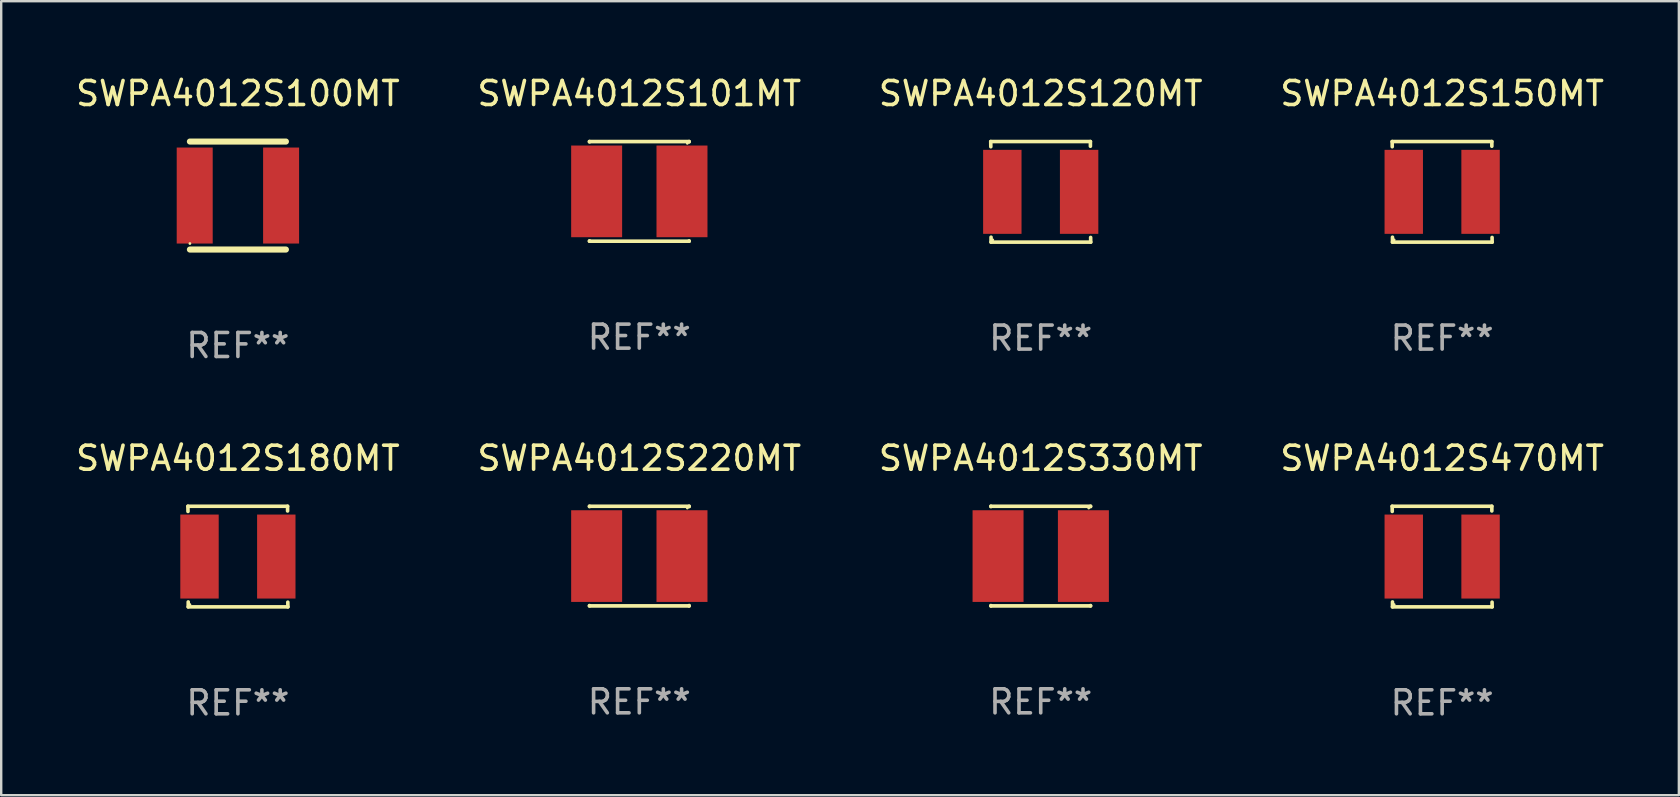
<source format=kicad_pcb>
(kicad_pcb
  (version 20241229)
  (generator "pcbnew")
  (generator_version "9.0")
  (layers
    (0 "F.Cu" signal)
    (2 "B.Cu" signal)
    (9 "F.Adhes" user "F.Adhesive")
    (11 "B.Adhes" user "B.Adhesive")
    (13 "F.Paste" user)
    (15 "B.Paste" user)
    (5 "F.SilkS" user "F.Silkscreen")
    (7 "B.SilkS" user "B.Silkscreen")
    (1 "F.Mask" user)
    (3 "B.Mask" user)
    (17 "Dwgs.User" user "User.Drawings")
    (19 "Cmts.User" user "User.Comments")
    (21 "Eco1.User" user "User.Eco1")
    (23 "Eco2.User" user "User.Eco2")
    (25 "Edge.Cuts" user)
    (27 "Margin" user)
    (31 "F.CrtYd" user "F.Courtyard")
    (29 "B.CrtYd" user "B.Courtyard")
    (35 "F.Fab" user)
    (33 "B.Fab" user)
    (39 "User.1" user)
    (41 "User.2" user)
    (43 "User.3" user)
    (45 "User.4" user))
  (footprint "SWPA4012S330MT"
    (layer "F.Cu")
    (at 40.315 20.121)
    (property "Reference" "SWPA4012S330MT" (at 0 -4.076 0) (layer "F.SilkS") (effects (font (size 1 1) (thickness 0.15))))
    (attr through_hole)
    (fp_line (start -2.076 -2.076) (end 2.076 -2.076) (stroke (width 0.152) (type solid)) (layer "F.SilkS"))
    (fp_line (start -2.076 -2.062) (end -2.076 -2.076) (stroke (width 0.152) (type solid)) (layer "F.SilkS"))
    (fp_line (start -2.076 2.062) (end -2.076 2.076) (stroke (width 0.152) (type solid)) (layer "F.SilkS"))
    (fp_line (start -2.076 2.076) (end 2.076 2.076) (stroke (width 0.152) (type solid)) (layer "F.SilkS"))
    (fp_line (start 2.076 -2.076) (end 2.076 -2.062) (stroke (width 0.152) (type solid)) (layer "F.SilkS"))
    (fp_line (start 2.076 2.076) (end 2.076 2.062) (stroke (width 0.152) (type solid)) (layer "F.SilkS"))
    (fp_circle (center 2 -2) (end 2.03 -2) (stroke (width 0.06) (type solid)) (fill no) (layer "F.SilkS"))
    (fp_text user "REF**" (at 0 6.076 0) (layer "F.Fab") (effects (font (size 1 1) (thickness 0.15))))
    (pad "1" smd rect (at 1.778 0) (size 2.124 3.82) (layers "F.Cu" "F.Mask" "F.Paste"))
    (pad "2" smd rect (at -1.778 0) (size 2.124 3.82) (layers "F.Cu" "F.Mask" "F.Paste")))
  (footprint "SWPA4012S150MT"
    (layer "F.Cu")
    (at 57.042 4.944)
    (property "Reference" "SWPA4012S150MT" (at 0 -4.096 0) (layer "F.SilkS") (effects (font (size 1 1) (thickness 0.15))))
    (attr through_hole)
    (fp_line (start -2.083 -2.096) (end -2.08 -1.88) (stroke (width 0.15) (type solid)) (layer "F.SilkS"))
    (fp_line (start -2.07 1.89) (end -2.07 2.096) (stroke (width 0.15) (type solid)) (layer "F.SilkS"))
    (fp_line (start -2.07 2.096) (end 2.083 2.096) (stroke (width 0.15) (type solid)) (layer "F.SilkS"))
    (fp_line (start 2.07 -1.9) (end 2.07 -2.096) (stroke (width 0.15) (type solid)) (layer "F.SilkS"))
    (fp_line (start 2.07 -2.096) (end -2.083 -2.096) (stroke (width 0.15) (type solid)) (layer "F.SilkS"))
    (fp_line (start 2.083 2.096) (end 2.08 1.9) (stroke (width 0.15) (type solid)) (layer "F.SilkS"))
    (fp_circle (center -2 2) (end -1.97 2) (stroke (width 0.06) (type solid)) (fill no) (layer "F.SilkS"))
    (fp_text user "REF**" (at 0 6.096 0) (layer "F.Fab") (effects (font (size 1 1) (thickness 0.15))))
    (pad "1" smd rect (at -1.6 -0.000343) (size 1.6 3.5) (layers "F.Cu" "F.Mask" "F.Paste"))
    (pad "2" smd rect (at 1.6 -0.000343) (size 1.6 3.5) (layers "F.Cu" "F.Mask" "F.Paste")))
  (footprint "SWPA4012S120MT"
    (layer "F.Cu")
    (at 40.315 4.944)
    (property "Reference" "SWPA4012S120MT" (at 0 -4.096 0) (layer "F.SilkS") (effects (font (size 1 1) (thickness 0.15))))
    (attr through_hole)
    (fp_line (start -2.083 -2.096) (end -2.08 -1.88) (stroke (width 0.15) (type solid)) (layer "F.SilkS"))
    (fp_line (start -2.07 1.89) (end -2.07 2.096) (stroke (width 0.15) (type solid)) (layer "F.SilkS"))
    (fp_line (start -2.07 2.096) (end 2.083 2.096) (stroke (width 0.15) (type solid)) (layer "F.SilkS"))
    (fp_line (start 2.07 -1.9) (end 2.07 -2.096) (stroke (width 0.15) (type solid)) (layer "F.SilkS"))
    (fp_line (start 2.07 -2.096) (end -2.083 -2.096) (stroke (width 0.15) (type solid)) (layer "F.SilkS"))
    (fp_line (start 2.083 2.096) (end 2.08 1.9) (stroke (width 0.15) (type solid)) (layer "F.SilkS"))
    (fp_circle (center -2 2) (end -1.97 2) (stroke (width 0.06) (type solid)) (fill no) (layer "F.SilkS"))
    (fp_text user "REF**" (at 0 6.096 0) (layer "F.Fab") (effects (font (size 1 1) (thickness 0.15))))
    (pad "1" smd rect (at -1.6 -0.000343) (size 1.6 3.5) (layers "F.Cu" "F.Mask" "F.Paste"))
    (pad "2" smd rect (at 1.6 -0.000343) (size 1.6 3.5) (layers "F.Cu" "F.Mask" "F.Paste")))
  (footprint "SWPA4012S220MT"
    (layer "F.Cu")
    (at 23.589 20.121)
    (property "Reference" "SWPA4012S220MT" (at 0 -4.076 0) (layer "F.SilkS") (effects (font (size 1 1) (thickness 0.15))))
    (attr through_hole)
    (fp_line (start -2.076 -2.076) (end 2.076 -2.076) (stroke (width 0.152) (type solid)) (layer "F.SilkS"))
    (fp_line (start -2.076 -2.062) (end -2.076 -2.076) (stroke (width 0.152) (type solid)) (layer "F.SilkS"))
    (fp_line (start -2.076 2.062) (end -2.076 2.076) (stroke (width 0.152) (type solid)) (layer "F.SilkS"))
    (fp_line (start -2.076 2.076) (end 2.076 2.076) (stroke (width 0.152) (type solid)) (layer "F.SilkS"))
    (fp_line (start 2.076 -2.076) (end 2.076 -2.062) (stroke (width 0.152) (type solid)) (layer "F.SilkS"))
    (fp_line (start 2.076 2.076) (end 2.076 2.062) (stroke (width 0.152) (type solid)) (layer "F.SilkS"))
    (fp_circle (center 2 -2) (end 2.03 -2) (stroke (width 0.06) (type solid)) (fill no) (layer "F.SilkS"))
    (fp_text user "REF**" (at 0 6.076 0) (layer "F.Fab") (effects (font (size 1 1) (thickness 0.15))))
    (pad "1" smd rect (at 1.778 0) (size 2.124 3.82) (layers "F.Cu" "F.Mask" "F.Paste"))
    (pad "2" smd rect (at -1.778 0) (size 2.124 3.82) (layers "F.Cu" "F.Mask" "F.Paste")))
  (footprint "SWPA4012S180MT"
    (layer "F.Cu")
    (at 6.863 20.141)
    (property "Reference" "SWPA4012S180MT" (at 0 -4.096 0) (layer "F.SilkS") (effects (font (size 1 1) (thickness 0.15))))
    (attr through_hole)
    (fp_line (start -2.083 -2.096) (end -2.08 -1.88) (stroke (width 0.15) (type solid)) (layer "F.SilkS"))
    (fp_line (start -2.07 1.89) (end -2.07 2.096) (stroke (width 0.15) (type solid)) (layer "F.SilkS"))
    (fp_line (start -2.07 2.096) (end 2.083 2.096) (stroke (width 0.15) (type solid)) (layer "F.SilkS"))
    (fp_line (start 2.07 -1.9) (end 2.07 -2.096) (stroke (width 0.15) (type solid)) (layer "F.SilkS"))
    (fp_line (start 2.07 -2.096) (end -2.083 -2.096) (stroke (width 0.15) (type solid)) (layer "F.SilkS"))
    (fp_line (start 2.083 2.096) (end 2.08 1.9) (stroke (width 0.15) (type solid)) (layer "F.SilkS"))
    (fp_circle (center -2 2) (end -1.97 2) (stroke (width 0.06) (type solid)) (fill no) (layer "F.SilkS"))
    (fp_text user "REF**" (at 0 6.096 0) (layer "F.Fab") (effects (font (size 1 1) (thickness 0.15))))
    (pad "1" smd rect (at -1.6 -0.000343) (size 1.6 3.5) (layers "F.Cu" "F.Mask" "F.Paste"))
    (pad "2" smd rect (at 1.6 -0.000343) (size 1.6 3.5) (layers "F.Cu" "F.Mask" "F.Paste")))
  (footprint "SWPA4012S470MT"
    (layer "F.Cu")
    (at 57.042 20.141)
    (property "Reference" "SWPA4012S470MT" (at 0 -4.096 0) (layer "F.SilkS") (effects (font (size 1 1) (thickness 0.15))))
    (attr through_hole)
    (fp_line (start -2.083 -2.096) (end -2.08 -1.88) (stroke (width 0.15) (type solid)) (layer "F.SilkS"))
    (fp_line (start -2.07 1.89) (end -2.07 2.096) (stroke (width 0.15) (type solid)) (layer "F.SilkS"))
    (fp_line (start -2.07 2.096) (end 2.083 2.096) (stroke (width 0.15) (type solid)) (layer "F.SilkS"))
    (fp_line (start 2.07 -1.9) (end 2.07 -2.096) (stroke (width 0.15) (type solid)) (layer "F.SilkS"))
    (fp_line (start 2.07 -2.096) (end -2.083 -2.096) (stroke (width 0.15) (type solid)) (layer "F.SilkS"))
    (fp_line (start 2.083 2.096) (end 2.08 1.9) (stroke (width 0.15) (type solid)) (layer "F.SilkS"))
    (fp_circle (center -2 2) (end -1.97 2) (stroke (width 0.06) (type solid)) (fill no) (layer "F.SilkS"))
    (fp_text user "REF**" (at 0 6.096 0) (layer "F.Fab") (effects (font (size 1 1) (thickness 0.15))))
    (pad "1" smd rect (at -1.6 -0.000343) (size 1.6 3.5) (layers "F.Cu" "F.Mask" "F.Paste"))
    (pad "2" smd rect (at 1.6 -0.000343) (size 1.6 3.5) (layers "F.Cu" "F.Mask" "F.Paste")))
  (footprint "SWPA4012S101MT"
    (layer "F.Cu")
    (at 23.589 4.924)
    (property "Reference" "SWPA4012S101MT" (at 0 -4.076 0) (layer "F.SilkS") (effects (font (size 1 1) (thickness 0.15))))
    (attr through_hole)
    (fp_line (start -2.076 -2.076) (end 2.076 -2.076) (stroke (width 0.152) (type solid)) (layer "F.SilkS"))
    (fp_line (start -2.076 -2.062) (end -2.076 -2.076) (stroke (width 0.152) (type solid)) (layer "F.SilkS"))
    (fp_line (start -2.076 2.062) (end -2.076 2.076) (stroke (width 0.152) (type solid)) (layer "F.SilkS"))
    (fp_line (start -2.076 2.076) (end 2.076 2.076) (stroke (width 0.152) (type solid)) (layer "F.SilkS"))
    (fp_line (start 2.076 -2.076) (end 2.076 -2.062) (stroke (width 0.152) (type solid)) (layer "F.SilkS"))
    (fp_line (start 2.076 2.076) (end 2.076 2.062) (stroke (width 0.152) (type solid)) (layer "F.SilkS"))
    (fp_circle (center 2 -2) (end 2.03 -2) (stroke (width 0.06) (type solid)) (fill no) (layer "F.SilkS"))
    (fp_text user "REF**" (at 0 6.076 0) (layer "F.Fab") (effects (font (size 1 1) (thickness 0.15))))
    (pad "1" smd rect (at 1.778 0) (size 2.124 3.82) (layers "F.Cu" "F.Mask" "F.Paste"))
    (pad "2" smd rect (at -1.778 0) (size 2.124 3.82) (layers "F.Cu" "F.Mask" "F.Paste")))
  (footprint "SWPA4012S100MT"
    (layer "F.Cu")
    (at 6.863 5.098)
    (property "Reference" "SWPA4012S100MT" (at 0 -4.25 0) (layer "F.SilkS") (effects (font (size 1 1) (thickness 0.15))))
    (attr through_hole)
    (fp_line (start -2 -2.25) (end 2 -2.25) (stroke (width 0.254) (type solid)) (layer "F.SilkS"))
    (fp_line (start -2 2.25) (end 2 2.25) (stroke (width 0.254) (type solid)) (layer "F.SilkS"))
    (fp_circle (center -2 2) (end -1.97 2) (stroke (width 0.06) (type solid)) (fill no) (layer "F.SilkS"))
    (fp_text user "REF**" (at 0 6.25 0) (layer "F.Fab") (effects (font (size 1 1) (thickness 0.15))))
    (pad "1" smd rect (at -1.8 0) (size 1.5 4) (layers "F.Cu" "F.Mask" "F.Paste"))
    (pad "2" smd rect (at 1.8 0) (size 1.5 4) (layers "F.Cu" "F.Mask" "F.Paste")))
  (gr_rect
    (start -3 -3)
    (end 66.905 30.085)
    (stroke (width 0.1) (type default))
    (fill no)
    (layer "Edge.Cuts")))
</source>
